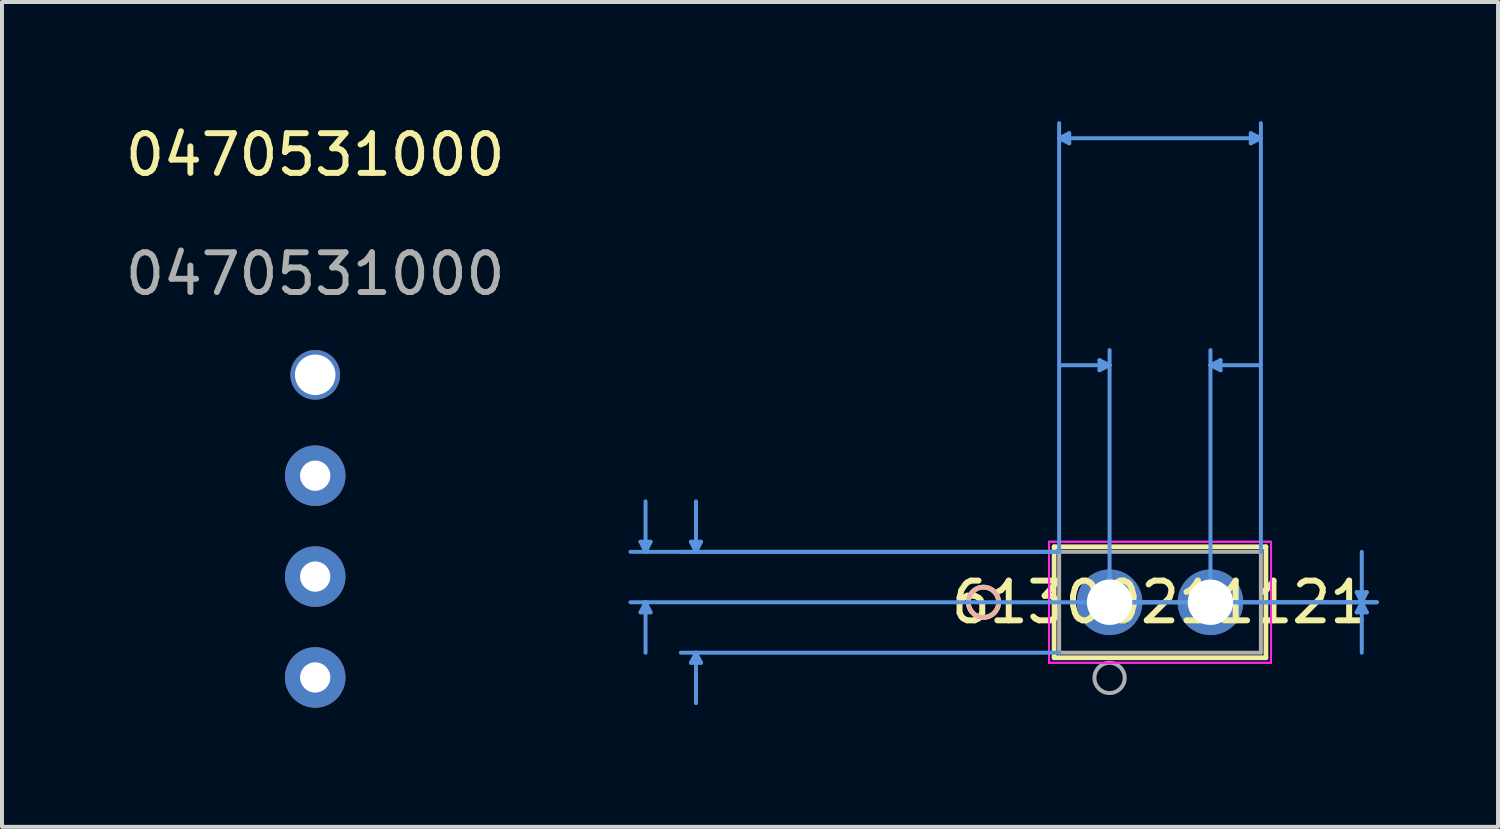
<source format=kicad_pcb>
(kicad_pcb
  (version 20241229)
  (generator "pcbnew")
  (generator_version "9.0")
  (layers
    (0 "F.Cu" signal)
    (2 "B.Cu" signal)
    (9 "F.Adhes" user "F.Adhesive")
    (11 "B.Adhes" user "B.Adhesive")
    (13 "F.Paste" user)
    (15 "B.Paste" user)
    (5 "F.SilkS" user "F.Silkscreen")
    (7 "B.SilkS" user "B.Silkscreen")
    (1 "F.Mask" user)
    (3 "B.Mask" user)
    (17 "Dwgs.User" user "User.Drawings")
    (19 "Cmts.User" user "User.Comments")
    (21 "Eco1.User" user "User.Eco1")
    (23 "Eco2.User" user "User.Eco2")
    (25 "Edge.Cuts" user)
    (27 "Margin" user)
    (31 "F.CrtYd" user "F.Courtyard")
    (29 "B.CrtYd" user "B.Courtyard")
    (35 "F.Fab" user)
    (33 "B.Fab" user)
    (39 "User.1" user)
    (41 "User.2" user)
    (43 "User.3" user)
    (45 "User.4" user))
  (footprint "61300211121"
    (layer "F.Cu")
    (at 24.889 12.115)
    (property "Reference" "61300211121" (at 1.27 0 0) (layer "F.SilkS") (effects (font (size 1 1) (thickness 0.15))))
    (attr through_hole)
    (fp_line (start -1.397 -1.397) (end -1.397 1.397) (stroke (width 0.12) (type solid)) (layer "F.SilkS"))
    (fp_line (start -1.397 1.397) (end 3.937 1.397) (stroke (width 0.12) (type solid)) (layer "F.SilkS"))
    (fp_line (start 3.937 -1.397) (end -1.397 -1.397) (stroke (width 0.12) (type solid)) (layer "F.SilkS"))
    (fp_line (start 3.937 1.397) (end 3.937 -1.397) (stroke (width 0.12) (type solid)) (layer "F.SilkS"))
    (fp_circle (center -3.175 0) (end -2.794 0) (stroke (width 0.12) (type solid)) (fill no) (layer "F.SilkS"))
    (fp_circle (center -3.175 0) (end -2.794 0) (stroke (width 0.12) (type solid)) (fill no) (layer "B.SilkS"))
    (fp_line (start -11.811 -1.524) (end -11.557 -1.524) (stroke (width 0.1) (type solid)) (layer "Cmts.User"))
    (fp_line (start -11.811 0.254) (end -11.557 0.254) (stroke (width 0.1) (type solid)) (layer "Cmts.User"))
    (fp_line (start -11.684 -1.27) (end -11.811 -1.524) (stroke (width 0.1) (type solid)) (layer "Cmts.User"))
    (fp_line (start -11.684 -1.27) (end -11.684 -2.54) (stroke (width 0.1) (type solid)) (layer "Cmts.User"))
    (fp_line (start -11.684 -1.27) (end -11.557 -1.524) (stroke (width 0.1) (type solid)) (layer "Cmts.User"))
    (fp_line (start -11.684 0) (end -11.811 0.254) (stroke (width 0.1) (type solid)) (layer "Cmts.User"))
    (fp_line (start -11.684 0) (end -11.684 1.27) (stroke (width 0.1) (type solid)) (layer "Cmts.User"))
    (fp_line (start -11.684 0) (end -11.557 0.254) (stroke (width 0.1) (type solid)) (layer "Cmts.User"))
    (fp_line (start -10.541 -1.524) (end -10.287 -1.524) (stroke (width 0.1) (type solid)) (layer "Cmts.User"))
    (fp_line (start -10.541 1.524) (end -10.287 1.524) (stroke (width 0.1) (type solid)) (layer "Cmts.User"))
    (fp_line (start -10.414 -1.27) (end -10.541 -1.524) (stroke (width 0.1) (type solid)) (layer "Cmts.User"))
    (fp_line (start -10.414 -1.27) (end -10.414 -2.54) (stroke (width 0.1) (type solid)) (layer "Cmts.User"))
    (fp_line (start -10.414 -1.27) (end -10.287 -1.524) (stroke (width 0.1) (type solid)) (layer "Cmts.User"))
    (fp_line (start -10.414 1.27) (end -10.541 1.524) (stroke (width 0.1) (type solid)) (layer "Cmts.User"))
    (fp_line (start -10.414 1.27) (end -10.414 2.54) (stroke (width 0.1) (type solid)) (layer "Cmts.User"))
    (fp_line (start -10.414 1.27) (end -10.287 1.524) (stroke (width 0.1) (type solid)) (layer "Cmts.User"))
    (fp_line (start -1.27 -11.684) (end -1.016 -11.811) (stroke (width 0.1) (type solid)) (layer "Cmts.User"))
    (fp_line (start -1.27 -11.684) (end -1.016 -11.557) (stroke (width 0.1) (type solid)) (layer "Cmts.User"))
    (fp_line (start -1.27 -11.684) (end 3.81 -11.684) (stroke (width 0.1) (type solid)) (layer "Cmts.User"))
    (fp_line (start -1.27 -1.27) (end -12.065 -1.27) (stroke (width 0.1) (type solid)) (layer "Cmts.User"))
    (fp_line (start -1.27 -1.27) (end -10.795 -1.27) (stroke (width 0.1) (type solid)) (layer "Cmts.User"))
    (fp_line (start -1.27 -1.27) (end -1.27 -12.065) (stroke (width 0.1) (type solid)) (layer "Cmts.User"))
    (fp_line (start -1.27 1.27) (end -10.795 1.27) (stroke (width 0.1) (type solid)) (layer "Cmts.User"))
    (fp_line (start -1.016 -11.811) (end -1.016 -11.557) (stroke (width 0.1) (type solid)) (layer "Cmts.User"))
    (fp_line (start -0.254 -6.096) (end -0.254 -5.842) (stroke (width 0.1) (type solid)) (layer "Cmts.User"))
    (fp_line (start 0 -5.969) (end -1.27 -5.969) (stroke (width 0.1) (type solid)) (layer "Cmts.User"))
    (fp_line (start 0 -5.969) (end -0.254 -6.096) (stroke (width 0.1) (type solid)) (layer "Cmts.User"))
    (fp_line (start 0 -5.969) (end -0.254 -5.842) (stroke (width 0.1) (type solid)) (layer "Cmts.User"))
    (fp_line (start 0 0) (end 0 -6.35) (stroke (width 0.1) (type solid)) (layer "Cmts.User"))
    (fp_line (start 0 0) (end 6.731 0) (stroke (width 0.1) (type solid)) (layer "Cmts.User"))
    (fp_line (start 0 0) (end 6.731 0) (stroke (width 0.1) (type solid)) (layer "Cmts.User"))
    (fp_line (start 1.27 0) (end -12.065 0) (stroke (width 0.1) (type solid)) (layer "Cmts.User"))
    (fp_line (start 2.54 -5.969) (end 2.794 -6.096) (stroke (width 0.1) (type solid)) (layer "Cmts.User"))
    (fp_line (start 2.54 -5.969) (end 2.794 -5.842) (stroke (width 0.1) (type solid)) (layer "Cmts.User"))
    (fp_line (start 2.54 -5.969) (end 3.81 -5.969) (stroke (width 0.1) (type solid)) (layer "Cmts.User"))
    (fp_line (start 2.54 0) (end 2.54 -6.35) (stroke (width 0.1) (type solid)) (layer "Cmts.User"))
    (fp_line (start 2.794 -6.096) (end 2.794 -5.842) (stroke (width 0.1) (type solid)) (layer "Cmts.User"))
    (fp_line (start 3.556 -11.811) (end 3.556 -11.557) (stroke (width 0.1) (type solid)) (layer "Cmts.User"))
    (fp_line (start 3.81 -11.684) (end 3.556 -11.811) (stroke (width 0.1) (type solid)) (layer "Cmts.User"))
    (fp_line (start 3.81 -11.684) (end 3.556 -11.557) (stroke (width 0.1) (type solid)) (layer "Cmts.User"))
    (fp_line (start 3.81 -1.27) (end 3.81 -12.065) (stroke (width 0.1) (type solid)) (layer "Cmts.User"))
    (fp_line (start 6.223 -0.254) (end 6.477 -0.254) (stroke (width 0.1) (type solid)) (layer "Cmts.User"))
    (fp_line (start 6.223 0.254) (end 6.477 0.254) (stroke (width 0.1) (type solid)) (layer "Cmts.User"))
    (fp_line (start 6.35 0) (end 6.223 -0.254) (stroke (width 0.1) (type solid)) (layer "Cmts.User"))
    (fp_line (start 6.35 0) (end 6.223 0.254) (stroke (width 0.1) (type solid)) (layer "Cmts.User"))
    (fp_line (start 6.35 0) (end 6.35 -1.27) (stroke (width 0.1) (type solid)) (layer "Cmts.User"))
    (fp_line (start 6.35 0) (end 6.35 1.27) (stroke (width 0.1) (type solid)) (layer "Cmts.User"))
    (fp_line (start 6.35 0) (end 6.477 -0.254) (stroke (width 0.1) (type solid)) (layer "Cmts.User"))
    (fp_line (start 6.35 0) (end 6.477 0.254) (stroke (width 0.1) (type solid)) (layer "Cmts.User"))
    (fp_line (start -1.524 -1.524) (end -1.524 1.524) (stroke (width 0.05) (type solid)) (layer "F.CrtYd"))
    (fp_line (start -1.524 -1.524) (end -1.524 1.524) (stroke (width 0.05) (type solid)) (layer "F.CrtYd"))
    (fp_line (start -1.524 1.524) (end 4.064 1.524) (stroke (width 0.05) (type solid)) (layer "F.CrtYd"))
    (fp_line (start -1.524 1.524) (end 4.064 1.524) (stroke (width 0.05) (type solid)) (layer "F.CrtYd"))
    (fp_line (start 4.064 -1.524) (end -1.524 -1.524) (stroke (width 0.05) (type solid)) (layer "F.CrtYd"))
    (fp_line (start 4.064 -1.524) (end -1.524 -1.524) (stroke (width 0.05) (type solid)) (layer "F.CrtYd"))
    (fp_line (start 4.064 1.524) (end 4.064 -1.524) (stroke (width 0.05) (type solid)) (layer "F.CrtYd"))
    (fp_line (start 4.064 1.524) (end 4.064 -1.524) (stroke (width 0.05) (type solid)) (layer "F.CrtYd"))
    (fp_line (start -1.27 -1.27) (end -1.27 1.27) (stroke (width 0.1) (type solid)) (layer "F.Fab"))
    (fp_line (start -1.27 1.27) (end 3.81 1.27) (stroke (width 0.1) (type solid)) (layer "F.Fab"))
    (fp_line (start 3.81 -1.27) (end -1.27 -1.27) (stroke (width 0.1) (type solid)) (layer "F.Fab"))
    (fp_line (start 3.81 1.27) (end 3.81 -1.27) (stroke (width 0.1) (type solid)) (layer "F.Fab"))
    (fp_circle (center 0 1.905) (end 0.381 1.905) (stroke (width 0.1) (type solid)) (fill no) (layer "F.Fab"))
    (fp_text user "*" (at 0 0 0) (layer "F.SilkS") (effects (font (size 1 1) (thickness 0.15))))
    (fp_text user "Copyright 2021 Accelerated Designs. All rights reserved." (at 0 0 0) (layer "Cmts.User") (effects (font (size 0.127 0.127) (thickness 0.002))))
    (fp_text user "*" (at 0 0 0) (layer "F.Fab") (effects (font (size 1 1) (thickness 0.15))))
    (pad "1" thru_hole circle (at 0 0) (size 1.651 1.651) (drill 1.143) (layers "*.Cu" "*.Mask"))
    (pad "2" thru_hole circle (at 2.54 0) (size 1.651 1.651) (drill 1.143) (layers "*.Cu" "*.Mask")))
  (footprint "0470531000"
    (layer "F.Cu")
    (at 4.887 8.928)
    (property "Reference" "0470531000" (at 0 -8.08 0) (unlocked yes) (layer "F.SilkS") (effects (font (size 1 1) (thickness 0.15))))
    (attr through_hole)
    (fp_text user "${REFERENCE}" (at 0 -5.08 0) (unlocked yes) (layer "F.Fab") (effects (font (size 1 1) (thickness 0.15))))
    (pad "1" thru_hole circle (at 0 5.08) (size 1.524 1.524) (drill 0.762) (layers "*.Cu" "*.Mask"))
    (pad "2" thru_hole circle (at 0 2.54) (size 1.524 1.524) (drill 0.762) (layers "*.Cu" "*.Mask"))
    (pad "3" thru_hole circle (at 0 0) (size 1.524 1.524) (drill 0.762) (layers "*.Cu" "*.Mask"))
    (pad "4" thru_hole circle (at 0 -2.54) (size 1.25 1.25) (drill 1.02) (layers "*.Cu" "*.Mask")))
  (gr_rect
    (start -3 -3)
    (end 34.67 17.77)
    (stroke (width 0.1) (type default))
    (fill no)
    (layer "Edge.Cuts")))
</source>
